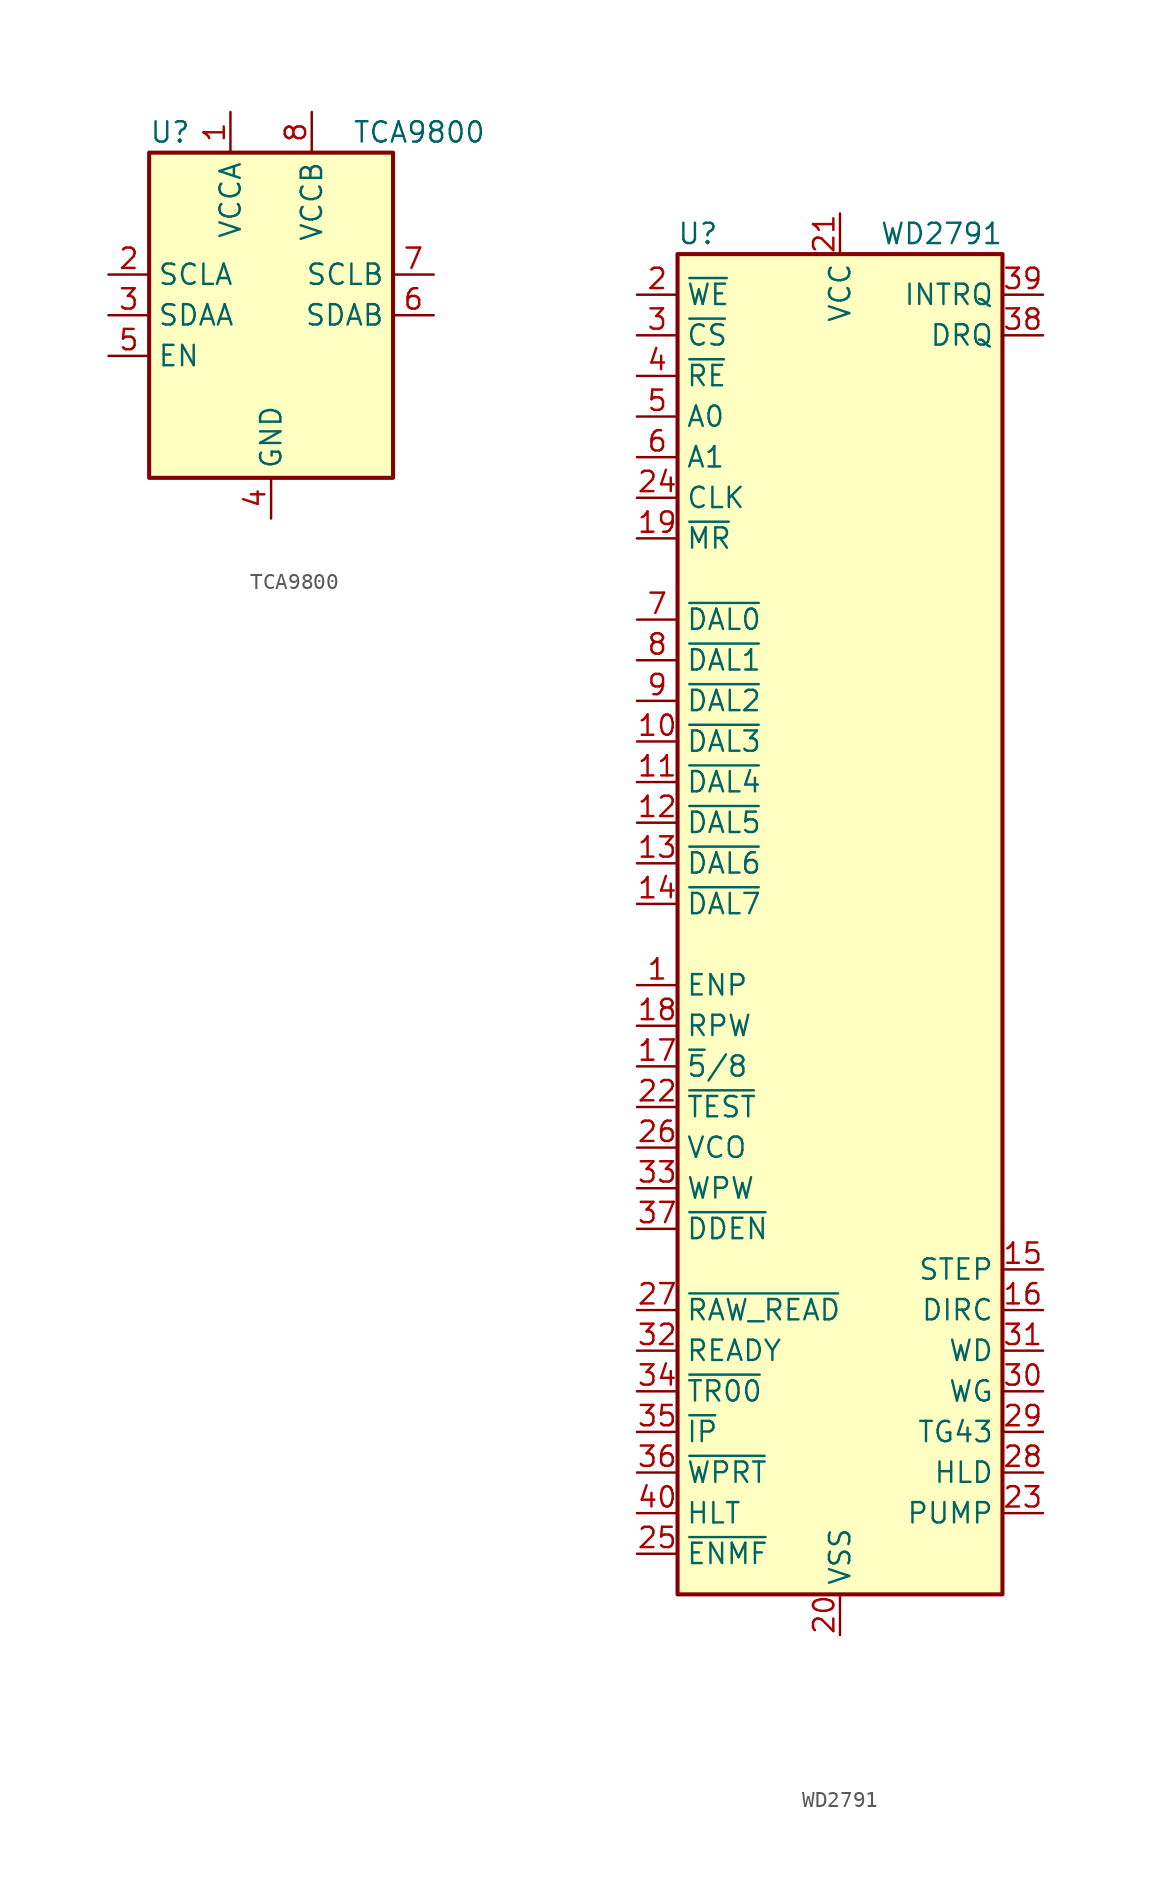
<source format=kicad_sym>
(kicad_symbol_lib
  (version 20241209)
  (generator "kicad_symbol_editor")
  (generator_version "9.0")
  (symbol "TCA9800"
    (property "Reference" "U"
      (at -7.62 11.43 0)
      (effects (font (size 1.27 1.27)) (justify left)))
    (property "Value" "TCA9800"
      (at 5.08 11.43 0)
      (effects (font (size 1.27 1.27)) (justify left)))
    (symbol "TCA9800_0_1"
      (rectangle (start -7.62 10.16) (end 7.62 -10.16) (stroke (width 0.254) (type default)) (fill (type background))))
    (symbol "TCA9800_1_1"
      (pin bidirectional line (at -10.16 2.54 0) (length 2.54) (name "SCLA" (effects (font (size 1.27 1.27)))) (number "2" (effects (font (size 1.27 1.27)))))
      (pin bidirectional line (at -10.16 0 0) (length 2.54) (name "SDAA" (effects (font (size 1.27 1.27)))) (number "3" (effects (font (size 1.27 1.27)))))
      (pin input line (at -10.16 -2.54 0) (length 2.54) (name "EN" (effects (font (size 1.27 1.27)))) (number "5" (effects (font (size 1.27 1.27)))))
      (pin power_in line (at -2.54 12.7 270) (length 2.54) (name "VCCA" (effects (font (size 1.27 1.27)))) (number "1" (effects (font (size 1.27 1.27)))))
      (pin power_in line (at 0 -12.7 90) (length 2.54) (name "GND" (effects (font (size 1.27 1.27)))) (number "4" (effects (font (size 1.27 1.27)))))
      (pin power_in line (at 2.54 12.7 270) (length 2.54) (name "VCCB" (effects (font (size 1.27 1.27)))) (number "8" (effects (font (size 1.27 1.27)))))
      (pin bidirectional line (at 10.16 2.54 180) (length 2.54) (name "SCLB" (effects (font (size 1.27 1.27)))) (number "7" (effects (font (size 1.27 1.27)))))
      (pin bidirectional line (at 10.16 0 180) (length 2.54) (name "SDAB" (effects (font (size 1.27 1.27)))) (number "6" (effects (font (size 1.27 1.27)))))))
  (symbol "WD2791"
    (property "Reference" "U"
      (at -8.89 44.45 0)
      (effects (font (size 1.27 1.27))))
    (property "Value" "WD2791"
      (at 6.35 44.45 0)
      (effects (font (size 1.27 1.27))))
    (symbol "WD2791_0_1"
      (rectangle (start -10.16 43.18) (end 10.16 -40.64) (stroke (width 0.254) (type default)) (fill (type background))))
    (symbol "WD2791_1_1"
      (pin input line (at -12.7 40.64 0) (length 2.54) (name "~{WE}" (effects (font (size 1.27 1.27)))) (number "2" (effects (font (size 1.27 1.27)))))
      (pin input line (at -12.7 38.1 0) (length 2.54) (name "~{CS}" (effects (font (size 1.27 1.27)))) (number "3" (effects (font (size 1.27 1.27)))))
      (pin input line (at -12.7 35.56 0) (length 2.54) (name "~{RE}" (effects (font (size 1.27 1.27)))) (number "4" (effects (font (size 1.27 1.27)))))
      (pin input line (at -12.7 33.02 0) (length 2.54) (name "A0" (effects (font (size 1.27 1.27)))) (number "5" (effects (font (size 1.27 1.27)))))
      (pin input line (at -12.7 30.48 0) (length 2.54) (name "A1" (effects (font (size 1.27 1.27)))) (number "6" (effects (font (size 1.27 1.27)))))
      (pin input line (at -12.7 27.94 0) (length 2.54) (name "CLK" (effects (font (size 1.27 1.27)))) (number "24" (effects (font (size 1.27 1.27)))))
      (pin input line (at -12.7 25.4 0) (length 2.54) (name "~{MR}" (effects (font (size 1.27 1.27)))) (number "19" (effects (font (size 1.27 1.27)))))
      (pin tri_state line (at -12.7 20.32 0) (length 2.54) (name "~{DAL0}" (effects (font (size 1.27 1.27)))) (number "7" (effects (font (size 1.27 1.27)))))
      (pin tri_state line (at -12.7 17.78 0) (length 2.54) (name "~{DAL1}" (effects (font (size 1.27 1.27)))) (number "8" (effects (font (size 1.27 1.27)))))
      (pin tri_state line (at -12.7 15.24 0) (length 2.54) (name "~{DAL2}" (effects (font (size 1.27 1.27)))) (number "9" (effects (font (size 1.27 1.27)))))
      (pin tri_state line (at -12.7 12.7 0) (length 2.54) (name "~{DAL3}" (effects (font (size 1.27 1.27)))) (number "10" (effects (font (size 1.27 1.27)))))
      (pin tri_state line (at -12.7 10.16 0) (length 2.54) (name "~{DAL4}" (effects (font (size 1.27 1.27)))) (number "11" (effects (font (size 1.27 1.27)))))
      (pin tri_state line (at -12.7 7.62 0) (length 2.54) (name "~{DAL5}" (effects (font (size 1.27 1.27)))) (number "12" (effects (font (size 1.27 1.27)))))
      (pin tri_state line (at -12.7 5.08 0) (length 2.54) (name "~{DAL6}" (effects (font (size 1.27 1.27)))) (number "13" (effects (font (size 1.27 1.27)))))
      (pin tri_state line (at -12.7 2.54 0) (length 2.54) (name "~{DAL7}" (effects (font (size 1.27 1.27)))) (number "14" (effects (font (size 1.27 1.27)))))
      (pin input line (at -12.7 -2.54 0) (length 2.54) (name "ENP" (effects (font (size 1.27 1.27)))) (number "1" (effects (font (size 1.27 1.27)))))
      (pin input line (at -12.7 -5.08 0) (length 2.54) (name "RPW" (effects (font (size 1.27 1.27)))) (number "18" (effects (font (size 1.27 1.27)))))
      (pin input line (at -12.7 -7.62 0) (length 2.54) (name "~{5}/8" (effects (font (size 1.27 1.27)))) (number "17" (effects (font (size 1.27 1.27)))))
      (pin input line (at -12.7 -10.16 0) (length 2.54) (name "~{TEST}" (effects (font (size 1.27 1.27)))) (number "22" (effects (font (size 1.27 1.27)))))
      (pin input line (at -12.7 -12.7 0) (length 2.54) (name "VCO" (effects (font (size 1.27 1.27)))) (number "26" (effects (font (size 1.27 1.27)))))
      (pin input line (at -12.7 -15.24 0) (length 2.54) (name "WPW" (effects (font (size 1.27 1.27)))) (number "33" (effects (font (size 1.27 1.27)))))
      (pin input line (at -12.7 -17.78 0) (length 2.54) (name "~{DDEN}" (effects (font (size 1.27 1.27)))) (number "37" (effects (font (size 1.27 1.27)))))
      (pin input line (at -12.7 -22.86 0) (length 2.54) (name "~{RAW_READ}" (effects (font (size 1.27 1.27)))) (number "27" (effects (font (size 1.27 1.27)))))
      (pin input line (at -12.7 -25.4 0) (length 2.54) (name "READY" (effects (font (size 1.27 1.27)))) (number "32" (effects (font (size 1.27 1.27)))))
      (pin input line (at -12.7 -27.94 0) (length 2.54) (name "~{TR00}" (effects (font (size 1.27 1.27)))) (number "34" (effects (font (size 1.27 1.27)))))
      (pin input line (at -12.7 -30.48 0) (length 2.54) (name "~{IP}" (effects (font (size 1.27 1.27)))) (number "35" (effects (font (size 1.27 1.27)))))
      (pin input line (at -12.7 -33.02 0) (length 2.54) (name "~{WPRT}" (effects (font (size 1.27 1.27)))) (number "36" (effects (font (size 1.27 1.27)))))
      (pin input line (at -12.7 -35.56 0) (length 2.54) (name "HLT" (effects (font (size 1.27 1.27)))) (number "40" (effects (font (size 1.27 1.27)))))
      (pin input line (at -12.7 -38.1 0) (length 2.54) (name "~{ENMF}" (effects (font (size 1.27 1.27)))) (number "25" (effects (font (size 1.27 1.27)))))
      (pin power_in line (at 0 45.72 270) (length 2.54) (name "VCC" (effects (font (size 1.27 1.27)))) (number "21" (effects (font (size 1.27 1.27)))))
      (pin power_in line (at 0 -43.18 90) (length 2.54) (name "VSS" (effects (font (size 1.27 1.27)))) (number "20" (effects (font (size 1.27 1.27)))))
      (pin output line (at 12.7 40.64 180) (length 2.54) (name "INTRQ" (effects (font (size 1.27 1.27)))) (number "39" (effects (font (size 1.27 1.27)))))
      (pin output line (at 12.7 38.1 180) (length 2.54) (name "DRQ" (effects (font (size 1.27 1.27)))) (number "38" (effects (font (size 1.27 1.27)))))
      (pin output line (at 12.7 -20.32 180) (length 2.54) (name "STEP" (effects (font (size 1.27 1.27)))) (number "15" (effects (font (size 1.27 1.27)))))
      (pin output line (at 12.7 -22.86 180) (length 2.54) (name "DIRC" (effects (font (size 1.27 1.27)))) (number "16" (effects (font (size 1.27 1.27)))))
      (pin output line (at 12.7 -25.4 180) (length 2.54) (name "WD" (effects (font (size 1.27 1.27)))) (number "31" (effects (font (size 1.27 1.27)))))
      (pin output line (at 12.7 -27.94 180) (length 2.54) (name "WG" (effects (font (size 1.27 1.27)))) (number "30" (effects (font (size 1.27 1.27)))))
      (pin output line (at 12.7 -30.48 180) (length 2.54) (name "TG43" (effects (font (size 1.27 1.27)))) (number "29" (effects (font (size 1.27 1.27)))))
      (pin output line (at 12.7 -33.02 180) (length 2.54) (name "HLD" (effects (font (size 1.27 1.27)))) (number "28" (effects (font (size 1.27 1.27)))))
      (pin output line (at 12.7 -35.56 180) (length 2.54) (name "PUMP" (effects (font (size 1.27 1.27)))) (number "23" (effects (font (size 1.27 1.27))))))))
</source>
